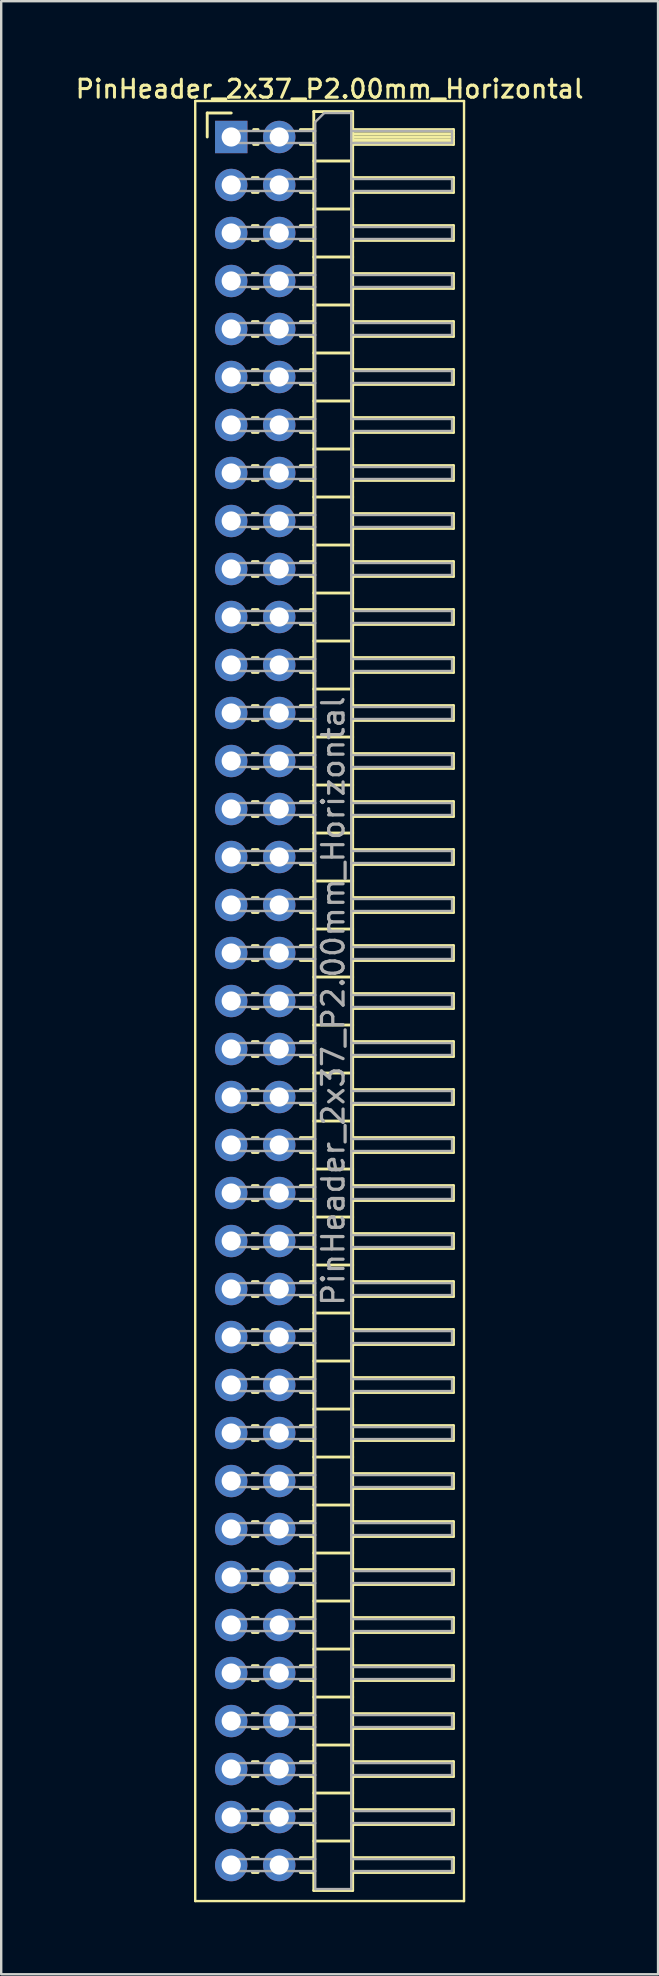
<source format=kicad_pcb>
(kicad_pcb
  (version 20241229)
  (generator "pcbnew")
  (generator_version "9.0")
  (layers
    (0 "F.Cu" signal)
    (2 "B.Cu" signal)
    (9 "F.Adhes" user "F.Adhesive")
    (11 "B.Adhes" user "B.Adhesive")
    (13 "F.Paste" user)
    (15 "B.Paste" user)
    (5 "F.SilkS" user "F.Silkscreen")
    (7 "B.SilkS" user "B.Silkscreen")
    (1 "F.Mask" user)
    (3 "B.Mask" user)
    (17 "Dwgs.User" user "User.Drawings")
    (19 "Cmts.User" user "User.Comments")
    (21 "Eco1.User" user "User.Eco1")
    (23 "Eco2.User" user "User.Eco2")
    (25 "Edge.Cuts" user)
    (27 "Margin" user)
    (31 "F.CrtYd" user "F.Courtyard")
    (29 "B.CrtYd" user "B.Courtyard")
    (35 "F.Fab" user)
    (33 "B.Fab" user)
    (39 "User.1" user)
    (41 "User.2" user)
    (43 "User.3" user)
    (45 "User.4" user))
  (footprint "PinHeader_2x37_P2.00mm_Horizontal"
    (layer "F.Cu")
    (at 6.584 2.658)
    (property "Reference" "PinHeader_2x37_P2.00mm_Horizontal" (at 4.1 -2 0) (layer "F.SilkS") (effects (font (size 0.75 0.75) (thickness 0.125))))
    (attr through_hole)
    (fp_line (start -1.5 -1.5) (end -1.5 73.5) (stroke (width 0.1) (type solid)) (layer "F.SilkS"))
    (fp_line (start -1.5 73.5) (end 9.7 73.5) (stroke (width 0.1) (type solid)) (layer "F.SilkS"))
    (fp_line (start -1 -1) (end 0 -1) (stroke (width 0.12) (type solid)) (layer "F.SilkS"))
    (fp_line (start -1 0) (end -1 -1) (stroke (width 0.12) (type solid)) (layer "F.SilkS"))
    (fp_line (start 0.882 1.69) (end 1.118 1.69) (stroke (width 0.12) (type solid)) (layer "F.SilkS"))
    (fp_line (start 0.882 2.31) (end 1.118 2.31) (stroke (width 0.12) (type solid)) (layer "F.SilkS"))
    (fp_line (start 0.882 3.69) (end 1.118 3.69) (stroke (width 0.12) (type solid)) (layer "F.SilkS"))
    (fp_line (start 0.882 4.31) (end 1.118 4.31) (stroke (width 0.12) (type solid)) (layer "F.SilkS"))
    (fp_line (start 0.882 5.69) (end 1.118 5.69) (stroke (width 0.12) (type solid)) (layer "F.SilkS"))
    (fp_line (start 0.882 6.31) (end 1.118 6.31) (stroke (width 0.12) (type solid)) (layer "F.SilkS"))
    (fp_line (start 0.882 7.69) (end 1.118 7.69) (stroke (width 0.12) (type solid)) (layer "F.SilkS"))
    (fp_line (start 0.882 8.31) (end 1.118 8.31) (stroke (width 0.12) (type solid)) (layer "F.SilkS"))
    (fp_line (start 0.882 9.69) (end 1.118 9.69) (stroke (width 0.12) (type solid)) (layer "F.SilkS"))
    (fp_line (start 0.882 10.31) (end 1.118 10.31) (stroke (width 0.12) (type solid)) (layer "F.SilkS"))
    (fp_line (start 0.882 11.69) (end 1.118 11.69) (stroke (width 0.12) (type solid)) (layer "F.SilkS"))
    (fp_line (start 0.882 12.31) (end 1.118 12.31) (stroke (width 0.12) (type solid)) (layer "F.SilkS"))
    (fp_line (start 0.882 13.69) (end 1.118 13.69) (stroke (width 0.12) (type solid)) (layer "F.SilkS"))
    (fp_line (start 0.882 14.31) (end 1.118 14.31) (stroke (width 0.12) (type solid)) (layer "F.SilkS"))
    (fp_line (start 0.882 15.69) (end 1.118 15.69) (stroke (width 0.12) (type solid)) (layer "F.SilkS"))
    (fp_line (start 0.882 16.31) (end 1.118 16.31) (stroke (width 0.12) (type solid)) (layer "F.SilkS"))
    (fp_line (start 0.882 17.69) (end 1.118 17.69) (stroke (width 0.12) (type solid)) (layer "F.SilkS"))
    (fp_line (start 0.882 18.31) (end 1.118 18.31) (stroke (width 0.12) (type solid)) (layer "F.SilkS"))
    (fp_line (start 0.882 19.69) (end 1.118 19.69) (stroke (width 0.12) (type solid)) (layer "F.SilkS"))
    (fp_line (start 0.882 20.31) (end 1.118 20.31) (stroke (width 0.12) (type solid)) (layer "F.SilkS"))
    (fp_line (start 0.882 21.69) (end 1.118 21.69) (stroke (width 0.12) (type solid)) (layer "F.SilkS"))
    (fp_line (start 0.882 22.31) (end 1.118 22.31) (stroke (width 0.12) (type solid)) (layer "F.SilkS"))
    (fp_line (start 0.882 23.69) (end 1.118 23.69) (stroke (width 0.12) (type solid)) (layer "F.SilkS"))
    (fp_line (start 0.882 24.31) (end 1.118 24.31) (stroke (width 0.12) (type solid)) (layer "F.SilkS"))
    (fp_line (start 0.882 25.69) (end 1.118 25.69) (stroke (width 0.12) (type solid)) (layer "F.SilkS"))
    (fp_line (start 0.882 26.31) (end 1.118 26.31) (stroke (width 0.12) (type solid)) (layer "F.SilkS"))
    (fp_line (start 0.882 27.69) (end 1.118 27.69) (stroke (width 0.12) (type solid)) (layer "F.SilkS"))
    (fp_line (start 0.882 28.31) (end 1.118 28.31) (stroke (width 0.12) (type solid)) (layer "F.SilkS"))
    (fp_line (start 0.882 29.69) (end 1.118 29.69) (stroke (width 0.12) (type solid)) (layer "F.SilkS"))
    (fp_line (start 0.882 30.31) (end 1.118 30.31) (stroke (width 0.12) (type solid)) (layer "F.SilkS"))
    (fp_line (start 0.882 31.69) (end 1.118 31.69) (stroke (width 0.12) (type solid)) (layer "F.SilkS"))
    (fp_line (start 0.882 32.31) (end 1.118 32.31) (stroke (width 0.12) (type solid)) (layer "F.SilkS"))
    (fp_line (start 0.882 33.69) (end 1.118 33.69) (stroke (width 0.12) (type solid)) (layer "F.SilkS"))
    (fp_line (start 0.882 34.31) (end 1.118 34.31) (stroke (width 0.12) (type solid)) (layer "F.SilkS"))
    (fp_line (start 0.882 35.69) (end 1.118 35.69) (stroke (width 0.12) (type solid)) (layer "F.SilkS"))
    (fp_line (start 0.882 36.31) (end 1.118 36.31) (stroke (width 0.12) (type solid)) (layer "F.SilkS"))
    (fp_line (start 0.882 37.69) (end 1.118 37.69) (stroke (width 0.12) (type solid)) (layer "F.SilkS"))
    (fp_line (start 0.882 38.31) (end 1.118 38.31) (stroke (width 0.12) (type solid)) (layer "F.SilkS"))
    (fp_line (start 0.882 39.69) (end 1.118 39.69) (stroke (width 0.12) (type solid)) (layer "F.SilkS"))
    (fp_line (start 0.882 40.31) (end 1.118 40.31) (stroke (width 0.12) (type solid)) (layer "F.SilkS"))
    (fp_line (start 0.882 41.69) (end 1.118 41.69) (stroke (width 0.12) (type solid)) (layer "F.SilkS"))
    (fp_line (start 0.882 42.31) (end 1.118 42.31) (stroke (width 0.12) (type solid)) (layer "F.SilkS"))
    (fp_line (start 0.882 43.69) (end 1.118 43.69) (stroke (width 0.12) (type solid)) (layer "F.SilkS"))
    (fp_line (start 0.882 44.31) (end 1.118 44.31) (stroke (width 0.12) (type solid)) (layer "F.SilkS"))
    (fp_line (start 0.882 45.69) (end 1.118 45.69) (stroke (width 0.12) (type solid)) (layer "F.SilkS"))
    (fp_line (start 0.882 46.31) (end 1.118 46.31) (stroke (width 0.12) (type solid)) (layer "F.SilkS"))
    (fp_line (start 0.882 47.69) (end 1.118 47.69) (stroke (width 0.12) (type solid)) (layer "F.SilkS"))
    (fp_line (start 0.882 48.31) (end 1.118 48.31) (stroke (width 0.12) (type solid)) (layer "F.SilkS"))
    (fp_line (start 0.882 49.69) (end 1.118 49.69) (stroke (width 0.12) (type solid)) (layer "F.SilkS"))
    (fp_line (start 0.882 50.31) (end 1.118 50.31) (stroke (width 0.12) (type solid)) (layer "F.SilkS"))
    (fp_line (start 0.882 51.69) (end 1.118 51.69) (stroke (width 0.12) (type solid)) (layer "F.SilkS"))
    (fp_line (start 0.882 52.31) (end 1.118 52.31) (stroke (width 0.12) (type solid)) (layer "F.SilkS"))
    (fp_line (start 0.882 53.69) (end 1.118 53.69) (stroke (width 0.12) (type solid)) (layer "F.SilkS"))
    (fp_line (start 0.882 54.31) (end 1.118 54.31) (stroke (width 0.12) (type solid)) (layer "F.SilkS"))
    (fp_line (start 0.882 55.69) (end 1.118 55.69) (stroke (width 0.12) (type solid)) (layer "F.SilkS"))
    (fp_line (start 0.882 56.31) (end 1.118 56.31) (stroke (width 0.12) (type solid)) (layer "F.SilkS"))
    (fp_line (start 0.882 57.69) (end 1.118 57.69) (stroke (width 0.12) (type solid)) (layer "F.SilkS"))
    (fp_line (start 0.882 58.31) (end 1.118 58.31) (stroke (width 0.12) (type solid)) (layer "F.SilkS"))
    (fp_line (start 0.882 59.69) (end 1.118 59.69) (stroke (width 0.12) (type solid)) (layer "F.SilkS"))
    (fp_line (start 0.882 60.31) (end 1.118 60.31) (stroke (width 0.12) (type solid)) (layer "F.SilkS"))
    (fp_line (start 0.882 61.69) (end 1.118 61.69) (stroke (width 0.12) (type solid)) (layer "F.SilkS"))
    (fp_line (start 0.882 62.31) (end 1.118 62.31) (stroke (width 0.12) (type solid)) (layer "F.SilkS"))
    (fp_line (start 0.882 63.69) (end 1.118 63.69) (stroke (width 0.12) (type solid)) (layer "F.SilkS"))
    (fp_line (start 0.882 64.31) (end 1.118 64.31) (stroke (width 0.12) (type solid)) (layer "F.SilkS"))
    (fp_line (start 0.882 65.69) (end 1.118 65.69) (stroke (width 0.12) (type solid)) (layer "F.SilkS"))
    (fp_line (start 0.882 66.31) (end 1.118 66.31) (stroke (width 0.12) (type solid)) (layer "F.SilkS"))
    (fp_line (start 0.882 67.69) (end 1.118 67.69) (stroke (width 0.12) (type solid)) (layer "F.SilkS"))
    (fp_line (start 0.882 68.31) (end 1.118 68.31) (stroke (width 0.12) (type solid)) (layer "F.SilkS"))
    (fp_line (start 0.882 69.69) (end 1.118 69.69) (stroke (width 0.12) (type solid)) (layer "F.SilkS"))
    (fp_line (start 0.882 70.31) (end 1.118 70.31) (stroke (width 0.12) (type solid)) (layer "F.SilkS"))
    (fp_line (start 0.882 71.69) (end 1.118 71.69) (stroke (width 0.12) (type solid)) (layer "F.SilkS"))
    (fp_line (start 0.882 72.31) (end 1.118 72.31) (stroke (width 0.12) (type solid)) (layer "F.SilkS"))
    (fp_line (start 0.935 -0.31) (end 1.118 -0.31) (stroke (width 0.12) (type solid)) (layer "F.SilkS"))
    (fp_line (start 0.935 0.31) (end 1.118 0.31) (stroke (width 0.12) (type solid)) (layer "F.SilkS"))
    (fp_line (start 2.882 -0.31) (end 3.44 -0.31) (stroke (width 0.12) (type solid)) (layer "F.SilkS"))
    (fp_line (start 2.882 0.31) (end 3.44 0.31) (stroke (width 0.12) (type solid)) (layer "F.SilkS"))
    (fp_line (start 2.882 1.69) (end 3.44 1.69) (stroke (width 0.12) (type solid)) (layer "F.SilkS"))
    (fp_line (start 2.882 2.31) (end 3.44 2.31) (stroke (width 0.12) (type solid)) (layer "F.SilkS"))
    (fp_line (start 2.882 3.69) (end 3.44 3.69) (stroke (width 0.12) (type solid)) (layer "F.SilkS"))
    (fp_line (start 2.882 4.31) (end 3.44 4.31) (stroke (width 0.12) (type solid)) (layer "F.SilkS"))
    (fp_line (start 2.882 5.69) (end 3.44 5.69) (stroke (width 0.12) (type solid)) (layer "F.SilkS"))
    (fp_line (start 2.882 6.31) (end 3.44 6.31) (stroke (width 0.12) (type solid)) (layer "F.SilkS"))
    (fp_line (start 2.882 7.69) (end 3.44 7.69) (stroke (width 0.12) (type solid)) (layer "F.SilkS"))
    (fp_line (start 2.882 8.31) (end 3.44 8.31) (stroke (width 0.12) (type solid)) (layer "F.SilkS"))
    (fp_line (start 2.882 9.69) (end 3.44 9.69) (stroke (width 0.12) (type solid)) (layer "F.SilkS"))
    (fp_line (start 2.882 10.31) (end 3.44 10.31) (stroke (width 0.12) (type solid)) (layer "F.SilkS"))
    (fp_line (start 2.882 11.69) (end 3.44 11.69) (stroke (width 0.12) (type solid)) (layer "F.SilkS"))
    (fp_line (start 2.882 12.31) (end 3.44 12.31) (stroke (width 0.12) (type solid)) (layer "F.SilkS"))
    (fp_line (start 2.882 13.69) (end 3.44 13.69) (stroke (width 0.12) (type solid)) (layer "F.SilkS"))
    (fp_line (start 2.882 14.31) (end 3.44 14.31) (stroke (width 0.12) (type solid)) (layer "F.SilkS"))
    (fp_line (start 2.882 15.69) (end 3.44 15.69) (stroke (width 0.12) (type solid)) (layer "F.SilkS"))
    (fp_line (start 2.882 16.31) (end 3.44 16.31) (stroke (width 0.12) (type solid)) (layer "F.SilkS"))
    (fp_line (start 2.882 17.69) (end 3.44 17.69) (stroke (width 0.12) (type solid)) (layer "F.SilkS"))
    (fp_line (start 2.882 18.31) (end 3.44 18.31) (stroke (width 0.12) (type solid)) (layer "F.SilkS"))
    (fp_line (start 2.882 19.69) (end 3.44 19.69) (stroke (width 0.12) (type solid)) (layer "F.SilkS"))
    (fp_line (start 2.882 20.31) (end 3.44 20.31) (stroke (width 0.12) (type solid)) (layer "F.SilkS"))
    (fp_line (start 2.882 21.69) (end 3.44 21.69) (stroke (width 0.12) (type solid)) (layer "F.SilkS"))
    (fp_line (start 2.882 22.31) (end 3.44 22.31) (stroke (width 0.12) (type solid)) (layer "F.SilkS"))
    (fp_line (start 2.882 23.69) (end 3.44 23.69) (stroke (width 0.12) (type solid)) (layer "F.SilkS"))
    (fp_line (start 2.882 24.31) (end 3.44 24.31) (stroke (width 0.12) (type solid)) (layer "F.SilkS"))
    (fp_line (start 2.882 25.69) (end 3.44 25.69) (stroke (width 0.12) (type solid)) (layer "F.SilkS"))
    (fp_line (start 2.882 26.31) (end 3.44 26.31) (stroke (width 0.12) (type solid)) (layer "F.SilkS"))
    (fp_line (start 2.882 27.69) (end 3.44 27.69) (stroke (width 0.12) (type solid)) (layer "F.SilkS"))
    (fp_line (start 2.882 28.31) (end 3.44 28.31) (stroke (width 0.12) (type solid)) (layer "F.SilkS"))
    (fp_line (start 2.882 29.69) (end 3.44 29.69) (stroke (width 0.12) (type solid)) (layer "F.SilkS"))
    (fp_line (start 2.882 30.31) (end 3.44 30.31) (stroke (width 0.12) (type solid)) (layer "F.SilkS"))
    (fp_line (start 2.882 31.69) (end 3.44 31.69) (stroke (width 0.12) (type solid)) (layer "F.SilkS"))
    (fp_line (start 2.882 32.31) (end 3.44 32.31) (stroke (width 0.12) (type solid)) (layer "F.SilkS"))
    (fp_line (start 2.882 33.69) (end 3.44 33.69) (stroke (width 0.12) (type solid)) (layer "F.SilkS"))
    (fp_line (start 2.882 34.31) (end 3.44 34.31) (stroke (width 0.12) (type solid)) (layer "F.SilkS"))
    (fp_line (start 2.882 35.69) (end 3.44 35.69) (stroke (width 0.12) (type solid)) (layer "F.SilkS"))
    (fp_line (start 2.882 36.31) (end 3.44 36.31) (stroke (width 0.12) (type solid)) (layer "F.SilkS"))
    (fp_line (start 2.882 37.69) (end 3.44 37.69) (stroke (width 0.12) (type solid)) (layer "F.SilkS"))
    (fp_line (start 2.882 38.31) (end 3.44 38.31) (stroke (width 0.12) (type solid)) (layer "F.SilkS"))
    (fp_line (start 2.882 39.69) (end 3.44 39.69) (stroke (width 0.12) (type solid)) (layer "F.SilkS"))
    (fp_line (start 2.882 40.31) (end 3.44 40.31) (stroke (width 0.12) (type solid)) (layer "F.SilkS"))
    (fp_line (start 2.882 41.69) (end 3.44 41.69) (stroke (width 0.12) (type solid)) (layer "F.SilkS"))
    (fp_line (start 2.882 42.31) (end 3.44 42.31) (stroke (width 0.12) (type solid)) (layer "F.SilkS"))
    (fp_line (start 2.882 43.69) (end 3.44 43.69) (stroke (width 0.12) (type solid)) (layer "F.SilkS"))
    (fp_line (start 2.882 44.31) (end 3.44 44.31) (stroke (width 0.12) (type solid)) (layer "F.SilkS"))
    (fp_line (start 2.882 45.69) (end 3.44 45.69) (stroke (width 0.12) (type solid)) (layer "F.SilkS"))
    (fp_line (start 2.882 46.31) (end 3.44 46.31) (stroke (width 0.12) (type solid)) (layer "F.SilkS"))
    (fp_line (start 2.882 47.69) (end 3.44 47.69) (stroke (width 0.12) (type solid)) (layer "F.SilkS"))
    (fp_line (start 2.882 48.31) (end 3.44 48.31) (stroke (width 0.12) (type solid)) (layer "F.SilkS"))
    (fp_line (start 2.882 49.69) (end 3.44 49.69) (stroke (width 0.12) (type solid)) (layer "F.SilkS"))
    (fp_line (start 2.882 50.31) (end 3.44 50.31) (stroke (width 0.12) (type solid)) (layer "F.SilkS"))
    (fp_line (start 2.882 51.69) (end 3.44 51.69) (stroke (width 0.12) (type solid)) (layer "F.SilkS"))
    (fp_line (start 2.882 52.31) (end 3.44 52.31) (stroke (width 0.12) (type solid)) (layer "F.SilkS"))
    (fp_line (start 2.882 53.69) (end 3.44 53.69) (stroke (width 0.12) (type solid)) (layer "F.SilkS"))
    (fp_line (start 2.882 54.31) (end 3.44 54.31) (stroke (width 0.12) (type solid)) (layer "F.SilkS"))
    (fp_line (start 2.882 55.69) (end 3.44 55.69) (stroke (width 0.12) (type solid)) (layer "F.SilkS"))
    (fp_line (start 2.882 56.31) (end 3.44 56.31) (stroke (width 0.12) (type solid)) (layer "F.SilkS"))
    (fp_line (start 2.882 57.69) (end 3.44 57.69) (stroke (width 0.12) (type solid)) (layer "F.SilkS"))
    (fp_line (start 2.882 58.31) (end 3.44 58.31) (stroke (width 0.12) (type solid)) (layer "F.SilkS"))
    (fp_line (start 2.882 59.69) (end 3.44 59.69) (stroke (width 0.12) (type solid)) (layer "F.SilkS"))
    (fp_line (start 2.882 60.31) (end 3.44 60.31) (stroke (width 0.12) (type solid)) (layer "F.SilkS"))
    (fp_line (start 2.882 61.69) (end 3.44 61.69) (stroke (width 0.12) (type solid)) (layer "F.SilkS"))
    (fp_line (start 2.882 62.31) (end 3.44 62.31) (stroke (width 0.12) (type solid)) (layer "F.SilkS"))
    (fp_line (start 2.882 63.69) (end 3.44 63.69) (stroke (width 0.12) (type solid)) (layer "F.SilkS"))
    (fp_line (start 2.882 64.31) (end 3.44 64.31) (stroke (width 0.12) (type solid)) (layer "F.SilkS"))
    (fp_line (start 2.882 65.69) (end 3.44 65.69) (stroke (width 0.12) (type solid)) (layer "F.SilkS"))
    (fp_line (start 2.882 66.31) (end 3.44 66.31) (stroke (width 0.12) (type solid)) (layer "F.SilkS"))
    (fp_line (start 2.882 67.69) (end 3.44 67.69) (stroke (width 0.12) (type solid)) (layer "F.SilkS"))
    (fp_line (start 2.882 68.31) (end 3.44 68.31) (stroke (width 0.12) (type solid)) (layer "F.SilkS"))
    (fp_line (start 2.882 69.69) (end 3.44 69.69) (stroke (width 0.12) (type solid)) (layer "F.SilkS"))
    (fp_line (start 2.882 70.31) (end 3.44 70.31) (stroke (width 0.12) (type solid)) (layer "F.SilkS"))
    (fp_line (start 2.882 71.69) (end 3.44 71.69) (stroke (width 0.12) (type solid)) (layer "F.SilkS"))
    (fp_line (start 2.882 72.31) (end 3.44 72.31) (stroke (width 0.12) (type solid)) (layer "F.SilkS"))
    (fp_line (start 3.44 -1.06) (end 3.44 73.06) (stroke (width 0.12) (type solid)) (layer "F.SilkS"))
    (fp_line (start 3.44 1) (end 5.06 1) (stroke (width 0.12) (type solid)) (layer "F.SilkS"))
    (fp_line (start 3.44 3) (end 5.06 3) (stroke (width 0.12) (type solid)) (layer "F.SilkS"))
    (fp_line (start 3.44 5) (end 5.06 5) (stroke (width 0.12) (type solid)) (layer "F.SilkS"))
    (fp_line (start 3.44 7) (end 5.06 7) (stroke (width 0.12) (type solid)) (layer "F.SilkS"))
    (fp_line (start 3.44 9) (end 5.06 9) (stroke (width 0.12) (type solid)) (layer "F.SilkS"))
    (fp_line (start 3.44 11) (end 5.06 11) (stroke (width 0.12) (type solid)) (layer "F.SilkS"))
    (fp_line (start 3.44 13) (end 5.06 13) (stroke (width 0.12) (type solid)) (layer "F.SilkS"))
    (fp_line (start 3.44 15) (end 5.06 15) (stroke (width 0.12) (type solid)) (layer "F.SilkS"))
    (fp_line (start 3.44 17) (end 5.06 17) (stroke (width 0.12) (type solid)) (layer "F.SilkS"))
    (fp_line (start 3.44 19) (end 5.06 19) (stroke (width 0.12) (type solid)) (layer "F.SilkS"))
    (fp_line (start 3.44 21) (end 5.06 21) (stroke (width 0.12) (type solid)) (layer "F.SilkS"))
    (fp_line (start 3.44 23) (end 5.06 23) (stroke (width 0.12) (type solid)) (layer "F.SilkS"))
    (fp_line (start 3.44 25) (end 5.06 25) (stroke (width 0.12) (type solid)) (layer "F.SilkS"))
    (fp_line (start 3.44 27) (end 5.06 27) (stroke (width 0.12) (type solid)) (layer "F.SilkS"))
    (fp_line (start 3.44 29) (end 5.06 29) (stroke (width 0.12) (type solid)) (layer "F.SilkS"))
    (fp_line (start 3.44 31) (end 5.06 31) (stroke (width 0.12) (type solid)) (layer "F.SilkS"))
    (fp_line (start 3.44 33) (end 5.06 33) (stroke (width 0.12) (type solid)) (layer "F.SilkS"))
    (fp_line (start 3.44 35) (end 5.06 35) (stroke (width 0.12) (type solid)) (layer "F.SilkS"))
    (fp_line (start 3.44 37) (end 5.06 37) (stroke (width 0.12) (type solid)) (layer "F.SilkS"))
    (fp_line (start 3.44 39) (end 5.06 39) (stroke (width 0.12) (type solid)) (layer "F.SilkS"))
    (fp_line (start 3.44 41) (end 5.06 41) (stroke (width 0.12) (type solid)) (layer "F.SilkS"))
    (fp_line (start 3.44 43) (end 5.06 43) (stroke (width 0.12) (type solid)) (layer "F.SilkS"))
    (fp_line (start 3.44 45) (end 5.06 45) (stroke (width 0.12) (type solid)) (layer "F.SilkS"))
    (fp_line (start 3.44 47) (end 5.06 47) (stroke (width 0.12) (type solid)) (layer "F.SilkS"))
    (fp_line (start 3.44 49) (end 5.06 49) (stroke (width 0.12) (type solid)) (layer "F.SilkS"))
    (fp_line (start 3.44 51) (end 5.06 51) (stroke (width 0.12) (type solid)) (layer "F.SilkS"))
    (fp_line (start 3.44 53) (end 5.06 53) (stroke (width 0.12) (type solid)) (layer "F.SilkS"))
    (fp_line (start 3.44 55) (end 5.06 55) (stroke (width 0.12) (type solid)) (layer "F.SilkS"))
    (fp_line (start 3.44 57) (end 5.06 57) (stroke (width 0.12) (type solid)) (layer "F.SilkS"))
    (fp_line (start 3.44 59) (end 5.06 59) (stroke (width 0.12) (type solid)) (layer "F.SilkS"))
    (fp_line (start 3.44 61) (end 5.06 61) (stroke (width 0.12) (type solid)) (layer "F.SilkS"))
    (fp_line (start 3.44 63) (end 5.06 63) (stroke (width 0.12) (type solid)) (layer "F.SilkS"))
    (fp_line (start 3.44 65) (end 5.06 65) (stroke (width 0.12) (type solid)) (layer "F.SilkS"))
    (fp_line (start 3.44 67) (end 5.06 67) (stroke (width 0.12) (type solid)) (layer "F.SilkS"))
    (fp_line (start 3.44 69) (end 5.06 69) (stroke (width 0.12) (type solid)) (layer "F.SilkS"))
    (fp_line (start 3.44 71) (end 5.06 71) (stroke (width 0.12) (type solid)) (layer "F.SilkS"))
    (fp_line (start 3.44 73.06) (end 5.06 73.06) (stroke (width 0.12) (type solid)) (layer "F.SilkS"))
    (fp_line (start 5.06 -1.06) (end 3.44 -1.06) (stroke (width 0.12) (type solid)) (layer "F.SilkS"))
    (fp_line (start 5.06 -0.31) (end 9.26 -0.31) (stroke (width 0.12) (type solid)) (layer "F.SilkS"))
    (fp_line (start 5.06 -0.25) (end 9.26 -0.25) (stroke (width 0.12) (type solid)) (layer "F.SilkS"))
    (fp_line (start 5.06 -0.13) (end 9.26 -0.13) (stroke (width 0.12) (type solid)) (layer "F.SilkS"))
    (fp_line (start 5.06 -0.01) (end 9.26 -0.01) (stroke (width 0.12) (type solid)) (layer "F.SilkS"))
    (fp_line (start 5.06 0.11) (end 9.26 0.11) (stroke (width 0.12) (type solid)) (layer "F.SilkS"))
    (fp_line (start 5.06 0.23) (end 9.26 0.23) (stroke (width 0.12) (type solid)) (layer "F.SilkS"))
    (fp_line (start 5.06 1.69) (end 9.26 1.69) (stroke (width 0.12) (type solid)) (layer "F.SilkS"))
    (fp_line (start 5.06 3.69) (end 9.26 3.69) (stroke (width 0.12) (type solid)) (layer "F.SilkS"))
    (fp_line (start 5.06 5.69) (end 9.26 5.69) (stroke (width 0.12) (type solid)) (layer "F.SilkS"))
    (fp_line (start 5.06 7.69) (end 9.26 7.69) (stroke (width 0.12) (type solid)) (layer "F.SilkS"))
    (fp_line (start 5.06 9.69) (end 9.26 9.69) (stroke (width 0.12) (type solid)) (layer "F.SilkS"))
    (fp_line (start 5.06 11.69) (end 9.26 11.69) (stroke (width 0.12) (type solid)) (layer "F.SilkS"))
    (fp_line (start 5.06 13.69) (end 9.26 13.69) (stroke (width 0.12) (type solid)) (layer "F.SilkS"))
    (fp_line (start 5.06 15.69) (end 9.26 15.69) (stroke (width 0.12) (type solid)) (layer "F.SilkS"))
    (fp_line (start 5.06 17.69) (end 9.26 17.69) (stroke (width 0.12) (type solid)) (layer "F.SilkS"))
    (fp_line (start 5.06 19.69) (end 9.26 19.69) (stroke (width 0.12) (type solid)) (layer "F.SilkS"))
    (fp_line (start 5.06 21.69) (end 9.26 21.69) (stroke (width 0.12) (type solid)) (layer "F.SilkS"))
    (fp_line (start 5.06 23.69) (end 9.26 23.69) (stroke (width 0.12) (type solid)) (layer "F.SilkS"))
    (fp_line (start 5.06 25.69) (end 9.26 25.69) (stroke (width 0.12) (type solid)) (layer "F.SilkS"))
    (fp_line (start 5.06 27.69) (end 9.26 27.69) (stroke (width 0.12) (type solid)) (layer "F.SilkS"))
    (fp_line (start 5.06 29.69) (end 9.26 29.69) (stroke (width 0.12) (type solid)) (layer "F.SilkS"))
    (fp_line (start 5.06 31.69) (end 9.26 31.69) (stroke (width 0.12) (type solid)) (layer "F.SilkS"))
    (fp_line (start 5.06 33.69) (end 9.26 33.69) (stroke (width 0.12) (type solid)) (layer "F.SilkS"))
    (fp_line (start 5.06 35.69) (end 9.26 35.69) (stroke (width 0.12) (type solid)) (layer "F.SilkS"))
    (fp_line (start 5.06 37.69) (end 9.26 37.69) (stroke (width 0.12) (type solid)) (layer "F.SilkS"))
    (fp_line (start 5.06 39.69) (end 9.26 39.69) (stroke (width 0.12) (type solid)) (layer "F.SilkS"))
    (fp_line (start 5.06 41.69) (end 9.26 41.69) (stroke (width 0.12) (type solid)) (layer "F.SilkS"))
    (fp_line (start 5.06 43.69) (end 9.26 43.69) (stroke (width 0.12) (type solid)) (layer "F.SilkS"))
    (fp_line (start 5.06 45.69) (end 9.26 45.69) (stroke (width 0.12) (type solid)) (layer "F.SilkS"))
    (fp_line (start 5.06 47.69) (end 9.26 47.69) (stroke (width 0.12) (type solid)) (layer "F.SilkS"))
    (fp_line (start 5.06 49.69) (end 9.26 49.69) (stroke (width 0.12) (type solid)) (layer "F.SilkS"))
    (fp_line (start 5.06 51.69) (end 9.26 51.69) (stroke (width 0.12) (type solid)) (layer "F.SilkS"))
    (fp_line (start 5.06 53.69) (end 9.26 53.69) (stroke (width 0.12) (type solid)) (layer "F.SilkS"))
    (fp_line (start 5.06 55.69) (end 9.26 55.69) (stroke (width 0.12) (type solid)) (layer "F.SilkS"))
    (fp_line (start 5.06 57.69) (end 9.26 57.69) (stroke (width 0.12) (type solid)) (layer "F.SilkS"))
    (fp_line (start 5.06 59.69) (end 9.26 59.69) (stroke (width 0.12) (type solid)) (layer "F.SilkS"))
    (fp_line (start 5.06 61.69) (end 9.26 61.69) (stroke (width 0.12) (type solid)) (layer "F.SilkS"))
    (fp_line (start 5.06 63.69) (end 9.26 63.69) (stroke (width 0.12) (type solid)) (layer "F.SilkS"))
    (fp_line (start 5.06 65.69) (end 9.26 65.69) (stroke (width 0.12) (type solid)) (layer "F.SilkS"))
    (fp_line (start 5.06 67.69) (end 9.26 67.69) (stroke (width 0.12) (type solid)) (layer "F.SilkS"))
    (fp_line (start 5.06 69.69) (end 9.26 69.69) (stroke (width 0.12) (type solid)) (layer "F.SilkS"))
    (fp_line (start 5.06 71.69) (end 9.26 71.69) (stroke (width 0.12) (type solid)) (layer "F.SilkS"))
    (fp_line (start 5.06 73.06) (end 5.06 -1.06) (stroke (width 0.12) (type solid)) (layer "F.SilkS"))
    (fp_line (start 9.26 -0.31) (end 9.26 0.31) (stroke (width 0.12) (type solid)) (layer "F.SilkS"))
    (fp_line (start 9.26 0.31) (end 5.06 0.31) (stroke (width 0.12) (type solid)) (layer "F.SilkS"))
    (fp_line (start 9.26 1.69) (end 9.26 2.31) (stroke (width 0.12) (type solid)) (layer "F.SilkS"))
    (fp_line (start 9.26 2.31) (end 5.06 2.31) (stroke (width 0.12) (type solid)) (layer "F.SilkS"))
    (fp_line (start 9.26 3.69) (end 9.26 4.31) (stroke (width 0.12) (type solid)) (layer "F.SilkS"))
    (fp_line (start 9.26 4.31) (end 5.06 4.31) (stroke (width 0.12) (type solid)) (layer "F.SilkS"))
    (fp_line (start 9.26 5.69) (end 9.26 6.31) (stroke (width 0.12) (type solid)) (layer "F.SilkS"))
    (fp_line (start 9.26 6.31) (end 5.06 6.31) (stroke (width 0.12) (type solid)) (layer "F.SilkS"))
    (fp_line (start 9.26 7.69) (end 9.26 8.31) (stroke (width 0.12) (type solid)) (layer "F.SilkS"))
    (fp_line (start 9.26 8.31) (end 5.06 8.31) (stroke (width 0.12) (type solid)) (layer "F.SilkS"))
    (fp_line (start 9.26 9.69) (end 9.26 10.31) (stroke (width 0.12) (type solid)) (layer "F.SilkS"))
    (fp_line (start 9.26 10.31) (end 5.06 10.31) (stroke (width 0.12) (type solid)) (layer "F.SilkS"))
    (fp_line (start 9.26 11.69) (end 9.26 12.31) (stroke (width 0.12) (type solid)) (layer "F.SilkS"))
    (fp_line (start 9.26 12.31) (end 5.06 12.31) (stroke (width 0.12) (type solid)) (layer "F.SilkS"))
    (fp_line (start 9.26 13.69) (end 9.26 14.31) (stroke (width 0.12) (type solid)) (layer "F.SilkS"))
    (fp_line (start 9.26 14.31) (end 5.06 14.31) (stroke (width 0.12) (type solid)) (layer "F.SilkS"))
    (fp_line (start 9.26 15.69) (end 9.26 16.31) (stroke (width 0.12) (type solid)) (layer "F.SilkS"))
    (fp_line (start 9.26 16.31) (end 5.06 16.31) (stroke (width 0.12) (type solid)) (layer "F.SilkS"))
    (fp_line (start 9.26 17.69) (end 9.26 18.31) (stroke (width 0.12) (type solid)) (layer "F.SilkS"))
    (fp_line (start 9.26 18.31) (end 5.06 18.31) (stroke (width 0.12) (type solid)) (layer "F.SilkS"))
    (fp_line (start 9.26 19.69) (end 9.26 20.31) (stroke (width 0.12) (type solid)) (layer "F.SilkS"))
    (fp_line (start 9.26 20.31) (end 5.06 20.31) (stroke (width 0.12) (type solid)) (layer "F.SilkS"))
    (fp_line (start 9.26 21.69) (end 9.26 22.31) (stroke (width 0.12) (type solid)) (layer "F.SilkS"))
    (fp_line (start 9.26 22.31) (end 5.06 22.31) (stroke (width 0.12) (type solid)) (layer "F.SilkS"))
    (fp_line (start 9.26 23.69) (end 9.26 24.31) (stroke (width 0.12) (type solid)) (layer "F.SilkS"))
    (fp_line (start 9.26 24.31) (end 5.06 24.31) (stroke (width 0.12) (type solid)) (layer "F.SilkS"))
    (fp_line (start 9.26 25.69) (end 9.26 26.31) (stroke (width 0.12) (type solid)) (layer "F.SilkS"))
    (fp_line (start 9.26 26.31) (end 5.06 26.31) (stroke (width 0.12) (type solid)) (layer "F.SilkS"))
    (fp_line (start 9.26 27.69) (end 9.26 28.31) (stroke (width 0.12) (type solid)) (layer "F.SilkS"))
    (fp_line (start 9.26 28.31) (end 5.06 28.31) (stroke (width 0.12) (type solid)) (layer "F.SilkS"))
    (fp_line (start 9.26 29.69) (end 9.26 30.31) (stroke (width 0.12) (type solid)) (layer "F.SilkS"))
    (fp_line (start 9.26 30.31) (end 5.06 30.31) (stroke (width 0.12) (type solid)) (layer "F.SilkS"))
    (fp_line (start 9.26 31.69) (end 9.26 32.31) (stroke (width 0.12) (type solid)) (layer "F.SilkS"))
    (fp_line (start 9.26 32.31) (end 5.06 32.31) (stroke (width 0.12) (type solid)) (layer "F.SilkS"))
    (fp_line (start 9.26 33.69) (end 9.26 34.31) (stroke (width 0.12) (type solid)) (layer "F.SilkS"))
    (fp_line (start 9.26 34.31) (end 5.06 34.31) (stroke (width 0.12) (type solid)) (layer "F.SilkS"))
    (fp_line (start 9.26 35.69) (end 9.26 36.31) (stroke (width 0.12) (type solid)) (layer "F.SilkS"))
    (fp_line (start 9.26 36.31) (end 5.06 36.31) (stroke (width 0.12) (type solid)) (layer "F.SilkS"))
    (fp_line (start 9.26 37.69) (end 9.26 38.31) (stroke (width 0.12) (type solid)) (layer "F.SilkS"))
    (fp_line (start 9.26 38.31) (end 5.06 38.31) (stroke (width 0.12) (type solid)) (layer "F.SilkS"))
    (fp_line (start 9.26 39.69) (end 9.26 40.31) (stroke (width 0.12) (type solid)) (layer "F.SilkS"))
    (fp_line (start 9.26 40.31) (end 5.06 40.31) (stroke (width 0.12) (type solid)) (layer "F.SilkS"))
    (fp_line (start 9.26 41.69) (end 9.26 42.31) (stroke (width 0.12) (type solid)) (layer "F.SilkS"))
    (fp_line (start 9.26 42.31) (end 5.06 42.31) (stroke (width 0.12) (type solid)) (layer "F.SilkS"))
    (fp_line (start 9.26 43.69) (end 9.26 44.31) (stroke (width 0.12) (type solid)) (layer "F.SilkS"))
    (fp_line (start 9.26 44.31) (end 5.06 44.31) (stroke (width 0.12) (type solid)) (layer "F.SilkS"))
    (fp_line (start 9.26 45.69) (end 9.26 46.31) (stroke (width 0.12) (type solid)) (layer "F.SilkS"))
    (fp_line (start 9.26 46.31) (end 5.06 46.31) (stroke (width 0.12) (type solid)) (layer "F.SilkS"))
    (fp_line (start 9.26 47.69) (end 9.26 48.31) (stroke (width 0.12) (type solid)) (layer "F.SilkS"))
    (fp_line (start 9.26 48.31) (end 5.06 48.31) (stroke (width 0.12) (type solid)) (layer "F.SilkS"))
    (fp_line (start 9.26 49.69) (end 9.26 50.31) (stroke (width 0.12) (type solid)) (layer "F.SilkS"))
    (fp_line (start 9.26 50.31) (end 5.06 50.31) (stroke (width 0.12) (type solid)) (layer "F.SilkS"))
    (fp_line (start 9.26 51.69) (end 9.26 52.31) (stroke (width 0.12) (type solid)) (layer "F.SilkS"))
    (fp_line (start 9.26 52.31) (end 5.06 52.31) (stroke (width 0.12) (type solid)) (layer "F.SilkS"))
    (fp_line (start 9.26 53.69) (end 9.26 54.31) (stroke (width 0.12) (type solid)) (layer "F.SilkS"))
    (fp_line (start 9.26 54.31) (end 5.06 54.31) (stroke (width 0.12) (type solid)) (layer "F.SilkS"))
    (fp_line (start 9.26 55.69) (end 9.26 56.31) (stroke (width 0.12) (type solid)) (layer "F.SilkS"))
    (fp_line (start 9.26 56.31) (end 5.06 56.31) (stroke (width 0.12) (type solid)) (layer "F.SilkS"))
    (fp_line (start 9.26 57.69) (end 9.26 58.31) (stroke (width 0.12) (type solid)) (layer "F.SilkS"))
    (fp_line (start 9.26 58.31) (end 5.06 58.31) (stroke (width 0.12) (type solid)) (layer "F.SilkS"))
    (fp_line (start 9.26 59.69) (end 9.26 60.31) (stroke (width 0.12) (type solid)) (layer "F.SilkS"))
    (fp_line (start 9.26 60.31) (end 5.06 60.31) (stroke (width 0.12) (type solid)) (layer "F.SilkS"))
    (fp_line (start 9.26 61.69) (end 9.26 62.31) (stroke (width 0.12) (type solid)) (layer "F.SilkS"))
    (fp_line (start 9.26 62.31) (end 5.06 62.31) (stroke (width 0.12) (type solid)) (layer "F.SilkS"))
    (fp_line (start 9.26 63.69) (end 9.26 64.31) (stroke (width 0.12) (type solid)) (layer "F.SilkS"))
    (fp_line (start 9.26 64.31) (end 5.06 64.31) (stroke (width 0.12) (type solid)) (layer "F.SilkS"))
    (fp_line (start 9.26 65.69) (end 9.26 66.31) (stroke (width 0.12) (type solid)) (layer "F.SilkS"))
    (fp_line (start 9.26 66.31) (end 5.06 66.31) (stroke (width 0.12) (type solid)) (layer "F.SilkS"))
    (fp_line (start 9.26 67.69) (end 9.26 68.31) (stroke (width 0.12) (type solid)) (layer "F.SilkS"))
    (fp_line (start 9.26 68.31) (end 5.06 68.31) (stroke (width 0.12) (type solid)) (layer "F.SilkS"))
    (fp_line (start 9.26 69.69) (end 9.26 70.31) (stroke (width 0.12) (type solid)) (layer "F.SilkS"))
    (fp_line (start 9.26 70.31) (end 5.06 70.31) (stroke (width 0.12) (type solid)) (layer "F.SilkS"))
    (fp_line (start 9.26 71.69) (end 9.26 72.31) (stroke (width 0.12) (type solid)) (layer "F.SilkS"))
    (fp_line (start 9.26 72.31) (end 5.06 72.31) (stroke (width 0.12) (type solid)) (layer "F.SilkS"))
    (fp_line (start 9.7 -1.5) (end -1.5 -1.5) (stroke (width 0.1) (type solid)) (layer "F.SilkS"))
    (fp_line (start 9.7 73.5) (end 9.7 -1.5) (stroke (width 0.1) (type solid)) (layer "F.SilkS"))
    (fp_line (start -0.25 -0.25) (end -0.25 0.25) (stroke (width 0.1) (type solid)) (layer "F.Fab"))
    (fp_line (start -0.25 -0.25) (end 3.5 -0.25) (stroke (width 0.1) (type solid)) (layer "F.Fab"))
    (fp_line (start -0.25 0.25) (end 3.5 0.25) (stroke (width 0.1) (type solid)) (layer "F.Fab"))
    (fp_line (start -0.25 1.75) (end -0.25 2.25) (stroke (width 0.1) (type solid)) (layer "F.Fab"))
    (fp_line (start -0.25 1.75) (end 3.5 1.75) (stroke (width 0.1) (type solid)) (layer "F.Fab"))
    (fp_line (start -0.25 2.25) (end 3.5 2.25) (stroke (width 0.1) (type solid)) (layer "F.Fab"))
    (fp_line (start -0.25 3.75) (end -0.25 4.25) (stroke (width 0.1) (type solid)) (layer "F.Fab"))
    (fp_line (start -0.25 3.75) (end 3.5 3.75) (stroke (width 0.1) (type solid)) (layer "F.Fab"))
    (fp_line (start -0.25 4.25) (end 3.5 4.25) (stroke (width 0.1) (type solid)) (layer "F.Fab"))
    (fp_line (start -0.25 5.75) (end -0.25 6.25) (stroke (width 0.1) (type solid)) (layer "F.Fab"))
    (fp_line (start -0.25 5.75) (end 3.5 5.75) (stroke (width 0.1) (type solid)) (layer "F.Fab"))
    (fp_line (start -0.25 6.25) (end 3.5 6.25) (stroke (width 0.1) (type solid)) (layer "F.Fab"))
    (fp_line (start -0.25 7.75) (end -0.25 8.25) (stroke (width 0.1) (type solid)) (layer "F.Fab"))
    (fp_line (start -0.25 7.75) (end 3.5 7.75) (stroke (width 0.1) (type solid)) (layer "F.Fab"))
    (fp_line (start -0.25 8.25) (end 3.5 8.25) (stroke (width 0.1) (type solid)) (layer "F.Fab"))
    (fp_line (start -0.25 9.75) (end -0.25 10.25) (stroke (width 0.1) (type solid)) (layer "F.Fab"))
    (fp_line (start -0.25 9.75) (end 3.5 9.75) (stroke (width 0.1) (type solid)) (layer "F.Fab"))
    (fp_line (start -0.25 10.25) (end 3.5 10.25) (stroke (width 0.1) (type solid)) (layer "F.Fab"))
    (fp_line (start -0.25 11.75) (end -0.25 12.25) (stroke (width 0.1) (type solid)) (layer "F.Fab"))
    (fp_line (start -0.25 11.75) (end 3.5 11.75) (stroke (width 0.1) (type solid)) (layer "F.Fab"))
    (fp_line (start -0.25 12.25) (end 3.5 12.25) (stroke (width 0.1) (type solid)) (layer "F.Fab"))
    (fp_line (start -0.25 13.75) (end -0.25 14.25) (stroke (width 0.1) (type solid)) (layer "F.Fab"))
    (fp_line (start -0.25 13.75) (end 3.5 13.75) (stroke (width 0.1) (type solid)) (layer "F.Fab"))
    (fp_line (start -0.25 14.25) (end 3.5 14.25) (stroke (width 0.1) (type solid)) (layer "F.Fab"))
    (fp_line (start -0.25 15.75) (end -0.25 16.25) (stroke (width 0.1) (type solid)) (layer "F.Fab"))
    (fp_line (start -0.25 15.75) (end 3.5 15.75) (stroke (width 0.1) (type solid)) (layer "F.Fab"))
    (fp_line (start -0.25 16.25) (end 3.5 16.25) (stroke (width 0.1) (type solid)) (layer "F.Fab"))
    (fp_line (start -0.25 17.75) (end -0.25 18.25) (stroke (width 0.1) (type solid)) (layer "F.Fab"))
    (fp_line (start -0.25 17.75) (end 3.5 17.75) (stroke (width 0.1) (type solid)) (layer "F.Fab"))
    (fp_line (start -0.25 18.25) (end 3.5 18.25) (stroke (width 0.1) (type solid)) (layer "F.Fab"))
    (fp_line (start -0.25 19.75) (end -0.25 20.25) (stroke (width 0.1) (type solid)) (layer "F.Fab"))
    (fp_line (start -0.25 19.75) (end 3.5 19.75) (stroke (width 0.1) (type solid)) (layer "F.Fab"))
    (fp_line (start -0.25 20.25) (end 3.5 20.25) (stroke (width 0.1) (type solid)) (layer "F.Fab"))
    (fp_line (start -0.25 21.75) (end -0.25 22.25) (stroke (width 0.1) (type solid)) (layer "F.Fab"))
    (fp_line (start -0.25 21.75) (end 3.5 21.75) (stroke (width 0.1) (type solid)) (layer "F.Fab"))
    (fp_line (start -0.25 22.25) (end 3.5 22.25) (stroke (width 0.1) (type solid)) (layer "F.Fab"))
    (fp_line (start -0.25 23.75) (end -0.25 24.25) (stroke (width 0.1) (type solid)) (layer "F.Fab"))
    (fp_line (start -0.25 23.75) (end 3.5 23.75) (stroke (width 0.1) (type solid)) (layer "F.Fab"))
    (fp_line (start -0.25 24.25) (end 3.5 24.25) (stroke (width 0.1) (type solid)) (layer "F.Fab"))
    (fp_line (start -0.25 25.75) (end -0.25 26.25) (stroke (width 0.1) (type solid)) (layer "F.Fab"))
    (fp_line (start -0.25 25.75) (end 3.5 25.75) (stroke (width 0.1) (type solid)) (layer "F.Fab"))
    (fp_line (start -0.25 26.25) (end 3.5 26.25) (stroke (width 0.1) (type solid)) (layer "F.Fab"))
    (fp_line (start -0.25 27.75) (end -0.25 28.25) (stroke (width 0.1) (type solid)) (layer "F.Fab"))
    (fp_line (start -0.25 27.75) (end 3.5 27.75) (stroke (width 0.1) (type solid)) (layer "F.Fab"))
    (fp_line (start -0.25 28.25) (end 3.5 28.25) (stroke (width 0.1) (type solid)) (layer "F.Fab"))
    (fp_line (start -0.25 29.75) (end -0.25 30.25) (stroke (width 0.1) (type solid)) (layer "F.Fab"))
    (fp_line (start -0.25 29.75) (end 3.5 29.75) (stroke (width 0.1) (type solid)) (layer "F.Fab"))
    (fp_line (start -0.25 30.25) (end 3.5 30.25) (stroke (width 0.1) (type solid)) (layer "F.Fab"))
    (fp_line (start -0.25 31.75) (end -0.25 32.25) (stroke (width 0.1) (type solid)) (layer "F.Fab"))
    (fp_line (start -0.25 31.75) (end 3.5 31.75) (stroke (width 0.1) (type solid)) (layer "F.Fab"))
    (fp_line (start -0.25 32.25) (end 3.5 32.25) (stroke (width 0.1) (type solid)) (layer "F.Fab"))
    (fp_line (start -0.25 33.75) (end -0.25 34.25) (stroke (width 0.1) (type solid)) (layer "F.Fab"))
    (fp_line (start -0.25 33.75) (end 3.5 33.75) (stroke (width 0.1) (type solid)) (layer "F.Fab"))
    (fp_line (start -0.25 34.25) (end 3.5 34.25) (stroke (width 0.1) (type solid)) (layer "F.Fab"))
    (fp_line (start -0.25 35.75) (end -0.25 36.25) (stroke (width 0.1) (type solid)) (layer "F.Fab"))
    (fp_line (start -0.25 35.75) (end 3.5 35.75) (stroke (width 0.1) (type solid)) (layer "F.Fab"))
    (fp_line (start -0.25 36.25) (end 3.5 36.25) (stroke (width 0.1) (type solid)) (layer "F.Fab"))
    (fp_line (start -0.25 37.75) (end -0.25 38.25) (stroke (width 0.1) (type solid)) (layer "F.Fab"))
    (fp_line (start -0.25 37.75) (end 3.5 37.75) (stroke (width 0.1) (type solid)) (layer "F.Fab"))
    (fp_line (start -0.25 38.25) (end 3.5 38.25) (stroke (width 0.1) (type solid)) (layer "F.Fab"))
    (fp_line (start -0.25 39.75) (end -0.25 40.25) (stroke (width 0.1) (type solid)) (layer "F.Fab"))
    (fp_line (start -0.25 39.75) (end 3.5 39.75) (stroke (width 0.1) (type solid)) (layer "F.Fab"))
    (fp_line (start -0.25 40.25) (end 3.5 40.25) (stroke (width 0.1) (type solid)) (layer "F.Fab"))
    (fp_line (start -0.25 41.75) (end -0.25 42.25) (stroke (width 0.1) (type solid)) (layer "F.Fab"))
    (fp_line (start -0.25 41.75) (end 3.5 41.75) (stroke (width 0.1) (type solid)) (layer "F.Fab"))
    (fp_line (start -0.25 42.25) (end 3.5 42.25) (stroke (width 0.1) (type solid)) (layer "F.Fab"))
    (fp_line (start -0.25 43.75) (end -0.25 44.25) (stroke (width 0.1) (type solid)) (layer "F.Fab"))
    (fp_line (start -0.25 43.75) (end 3.5 43.75) (stroke (width 0.1) (type solid)) (layer "F.Fab"))
    (fp_line (start -0.25 44.25) (end 3.5 44.25) (stroke (width 0.1) (type solid)) (layer "F.Fab"))
    (fp_line (start -0.25 45.75) (end -0.25 46.25) (stroke (width 0.1) (type solid)) (layer "F.Fab"))
    (fp_line (start -0.25 45.75) (end 3.5 45.75) (stroke (width 0.1) (type solid)) (layer "F.Fab"))
    (fp_line (start -0.25 46.25) (end 3.5 46.25) (stroke (width 0.1) (type solid)) (layer "F.Fab"))
    (fp_line (start -0.25 47.75) (end -0.25 48.25) (stroke (width 0.1) (type solid)) (layer "F.Fab"))
    (fp_line (start -0.25 47.75) (end 3.5 47.75) (stroke (width 0.1) (type solid)) (layer "F.Fab"))
    (fp_line (start -0.25 48.25) (end 3.5 48.25) (stroke (width 0.1) (type solid)) (layer "F.Fab"))
    (fp_line (start -0.25 49.75) (end -0.25 50.25) (stroke (width 0.1) (type solid)) (layer "F.Fab"))
    (fp_line (start -0.25 49.75) (end 3.5 49.75) (stroke (width 0.1) (type solid)) (layer "F.Fab"))
    (fp_line (start -0.25 50.25) (end 3.5 50.25) (stroke (width 0.1) (type solid)) (layer "F.Fab"))
    (fp_line (start -0.25 51.75) (end -0.25 52.25) (stroke (width 0.1) (type solid)) (layer "F.Fab"))
    (fp_line (start -0.25 51.75) (end 3.5 51.75) (stroke (width 0.1) (type solid)) (layer "F.Fab"))
    (fp_line (start -0.25 52.25) (end 3.5 52.25) (stroke (width 0.1) (type solid)) (layer "F.Fab"))
    (fp_line (start -0.25 53.75) (end -0.25 54.25) (stroke (width 0.1) (type solid)) (layer "F.Fab"))
    (fp_line (start -0.25 53.75) (end 3.5 53.75) (stroke (width 0.1) (type solid)) (layer "F.Fab"))
    (fp_line (start -0.25 54.25) (end 3.5 54.25) (stroke (width 0.1) (type solid)) (layer "F.Fab"))
    (fp_line (start -0.25 55.75) (end -0.25 56.25) (stroke (width 0.1) (type solid)) (layer "F.Fab"))
    (fp_line (start -0.25 55.75) (end 3.5 55.75) (stroke (width 0.1) (type solid)) (layer "F.Fab"))
    (fp_line (start -0.25 56.25) (end 3.5 56.25) (stroke (width 0.1) (type solid)) (layer "F.Fab"))
    (fp_line (start -0.25 57.75) (end -0.25 58.25) (stroke (width 0.1) (type solid)) (layer "F.Fab"))
    (fp_line (start -0.25 57.75) (end 3.5 57.75) (stroke (width 0.1) (type solid)) (layer "F.Fab"))
    (fp_line (start -0.25 58.25) (end 3.5 58.25) (stroke (width 0.1) (type solid)) (layer "F.Fab"))
    (fp_line (start -0.25 59.75) (end -0.25 60.25) (stroke (width 0.1) (type solid)) (layer "F.Fab"))
    (fp_line (start -0.25 59.75) (end 3.5 59.75) (stroke (width 0.1) (type solid)) (layer "F.Fab"))
    (fp_line (start -0.25 60.25) (end 3.5 60.25) (stroke (width 0.1) (type solid)) (layer "F.Fab"))
    (fp_line (start -0.25 61.75) (end -0.25 62.25) (stroke (width 0.1) (type solid)) (layer "F.Fab"))
    (fp_line (start -0.25 61.75) (end 3.5 61.75) (stroke (width 0.1) (type solid)) (layer "F.Fab"))
    (fp_line (start -0.25 62.25) (end 3.5 62.25) (stroke (width 0.1) (type solid)) (layer "F.Fab"))
    (fp_line (start -0.25 63.75) (end -0.25 64.25) (stroke (width 0.1) (type solid)) (layer "F.Fab"))
    (fp_line (start -0.25 63.75) (end 3.5 63.75) (stroke (width 0.1) (type solid)) (layer "F.Fab"))
    (fp_line (start -0.25 64.25) (end 3.5 64.25) (stroke (width 0.1) (type solid)) (layer "F.Fab"))
    (fp_line (start -0.25 65.75) (end -0.25 66.25) (stroke (width 0.1) (type solid)) (layer "F.Fab"))
    (fp_line (start -0.25 65.75) (end 3.5 65.75) (stroke (width 0.1) (type solid)) (layer "F.Fab"))
    (fp_line (start -0.25 66.25) (end 3.5 66.25) (stroke (width 0.1) (type solid)) (layer "F.Fab"))
    (fp_line (start -0.25 67.75) (end -0.25 68.25) (stroke (width 0.1) (type solid)) (layer "F.Fab"))
    (fp_line (start -0.25 67.75) (end 3.5 67.75) (stroke (width 0.1) (type solid)) (layer "F.Fab"))
    (fp_line (start -0.25 68.25) (end 3.5 68.25) (stroke (width 0.1) (type solid)) (layer "F.Fab"))
    (fp_line (start -0.25 69.75) (end -0.25 70.25) (stroke (width 0.1) (type solid)) (layer "F.Fab"))
    (fp_line (start -0.25 69.75) (end 3.5 69.75) (stroke (width 0.1) (type solid)) (layer "F.Fab"))
    (fp_line (start -0.25 70.25) (end 3.5 70.25) (stroke (width 0.1) (type solid)) (layer "F.Fab"))
    (fp_line (start -0.25 71.75) (end -0.25 72.25) (stroke (width 0.1) (type solid)) (layer "F.Fab"))
    (fp_line (start -0.25 71.75) (end 3.5 71.75) (stroke (width 0.1) (type solid)) (layer "F.Fab"))
    (fp_line (start -0.25 72.25) (end 3.5 72.25) (stroke (width 0.1) (type solid)) (layer "F.Fab"))
    (fp_line (start 3.5 -0.625) (end 3.875 -1) (stroke (width 0.1) (type solid)) (layer "F.Fab"))
    (fp_line (start 3.5 73) (end 3.5 -0.625) (stroke (width 0.1) (type solid)) (layer "F.Fab"))
    (fp_line (start 3.875 -1) (end 5 -1) (stroke (width 0.1) (type solid)) (layer "F.Fab"))
    (fp_line (start 5 -1) (end 5 73) (stroke (width 0.1) (type solid)) (layer "F.Fab"))
    (fp_line (start 5 -0.25) (end 9.2 -0.25) (stroke (width 0.1) (type solid)) (layer "F.Fab"))
    (fp_line (start 5 0.25) (end 9.2 0.25) (stroke (width 0.1) (type solid)) (layer "F.Fab"))
    (fp_line (start 5 1.75) (end 9.2 1.75) (stroke (width 0.1) (type solid)) (layer "F.Fab"))
    (fp_line (start 5 2.25) (end 9.2 2.25) (stroke (width 0.1) (type solid)) (layer "F.Fab"))
    (fp_line (start 5 3.75) (end 9.2 3.75) (stroke (width 0.1) (type solid)) (layer "F.Fab"))
    (fp_line (start 5 4.25) (end 9.2 4.25) (stroke (width 0.1) (type solid)) (layer "F.Fab"))
    (fp_line (start 5 5.75) (end 9.2 5.75) (stroke (width 0.1) (type solid)) (layer "F.Fab"))
    (fp_line (start 5 6.25) (end 9.2 6.25) (stroke (width 0.1) (type solid)) (layer "F.Fab"))
    (fp_line (start 5 7.75) (end 9.2 7.75) (stroke (width 0.1) (type solid)) (layer "F.Fab"))
    (fp_line (start 5 8.25) (end 9.2 8.25) (stroke (width 0.1) (type solid)) (layer "F.Fab"))
    (fp_line (start 5 9.75) (end 9.2 9.75) (stroke (width 0.1) (type solid)) (layer "F.Fab"))
    (fp_line (start 5 10.25) (end 9.2 10.25) (stroke (width 0.1) (type solid)) (layer "F.Fab"))
    (fp_line (start 5 11.75) (end 9.2 11.75) (stroke (width 0.1) (type solid)) (layer "F.Fab"))
    (fp_line (start 5 12.25) (end 9.2 12.25) (stroke (width 0.1) (type solid)) (layer "F.Fab"))
    (fp_line (start 5 13.75) (end 9.2 13.75) (stroke (width 0.1) (type solid)) (layer "F.Fab"))
    (fp_line (start 5 14.25) (end 9.2 14.25) (stroke (width 0.1) (type solid)) (layer "F.Fab"))
    (fp_line (start 5 15.75) (end 9.2 15.75) (stroke (width 0.1) (type solid)) (layer "F.Fab"))
    (fp_line (start 5 16.25) (end 9.2 16.25) (stroke (width 0.1) (type solid)) (layer "F.Fab"))
    (fp_line (start 5 17.75) (end 9.2 17.75) (stroke (width 0.1) (type solid)) (layer "F.Fab"))
    (fp_line (start 5 18.25) (end 9.2 18.25) (stroke (width 0.1) (type solid)) (layer "F.Fab"))
    (fp_line (start 5 19.75) (end 9.2 19.75) (stroke (width 0.1) (type solid)) (layer "F.Fab"))
    (fp_line (start 5 20.25) (end 9.2 20.25) (stroke (width 0.1) (type solid)) (layer "F.Fab"))
    (fp_line (start 5 21.75) (end 9.2 21.75) (stroke (width 0.1) (type solid)) (layer "F.Fab"))
    (fp_line (start 5 22.25) (end 9.2 22.25) (stroke (width 0.1) (type solid)) (layer "F.Fab"))
    (fp_line (start 5 23.75) (end 9.2 23.75) (stroke (width 0.1) (type solid)) (layer "F.Fab"))
    (fp_line (start 5 24.25) (end 9.2 24.25) (stroke (width 0.1) (type solid)) (layer "F.Fab"))
    (fp_line (start 5 25.75) (end 9.2 25.75) (stroke (width 0.1) (type solid)) (layer "F.Fab"))
    (fp_line (start 5 26.25) (end 9.2 26.25) (stroke (width 0.1) (type solid)) (layer "F.Fab"))
    (fp_line (start 5 27.75) (end 9.2 27.75) (stroke (width 0.1) (type solid)) (layer "F.Fab"))
    (fp_line (start 5 28.25) (end 9.2 28.25) (stroke (width 0.1) (type solid)) (layer "F.Fab"))
    (fp_line (start 5 29.75) (end 9.2 29.75) (stroke (width 0.1) (type solid)) (layer "F.Fab"))
    (fp_line (start 5 30.25) (end 9.2 30.25) (stroke (width 0.1) (type solid)) (layer "F.Fab"))
    (fp_line (start 5 31.75) (end 9.2 31.75) (stroke (width 0.1) (type solid)) (layer "F.Fab"))
    (fp_line (start 5 32.25) (end 9.2 32.25) (stroke (width 0.1) (type solid)) (layer "F.Fab"))
    (fp_line (start 5 33.75) (end 9.2 33.75) (stroke (width 0.1) (type solid)) (layer "F.Fab"))
    (fp_line (start 5 34.25) (end 9.2 34.25) (stroke (width 0.1) (type solid)) (layer "F.Fab"))
    (fp_line (start 5 35.75) (end 9.2 35.75) (stroke (width 0.1) (type solid)) (layer "F.Fab"))
    (fp_line (start 5 36.25) (end 9.2 36.25) (stroke (width 0.1) (type solid)) (layer "F.Fab"))
    (fp_line (start 5 37.75) (end 9.2 37.75) (stroke (width 0.1) (type solid)) (layer "F.Fab"))
    (fp_line (start 5 38.25) (end 9.2 38.25) (stroke (width 0.1) (type solid)) (layer "F.Fab"))
    (fp_line (start 5 39.75) (end 9.2 39.75) (stroke (width 0.1) (type solid)) (layer "F.Fab"))
    (fp_line (start 5 40.25) (end 9.2 40.25) (stroke (width 0.1) (type solid)) (layer "F.Fab"))
    (fp_line (start 5 41.75) (end 9.2 41.75) (stroke (width 0.1) (type solid)) (layer "F.Fab"))
    (fp_line (start 5 42.25) (end 9.2 42.25) (stroke (width 0.1) (type solid)) (layer "F.Fab"))
    (fp_line (start 5 43.75) (end 9.2 43.75) (stroke (width 0.1) (type solid)) (layer "F.Fab"))
    (fp_line (start 5 44.25) (end 9.2 44.25) (stroke (width 0.1) (type solid)) (layer "F.Fab"))
    (fp_line (start 5 45.75) (end 9.2 45.75) (stroke (width 0.1) (type solid)) (layer "F.Fab"))
    (fp_line (start 5 46.25) (end 9.2 46.25) (stroke (width 0.1) (type solid)) (layer "F.Fab"))
    (fp_line (start 5 47.75) (end 9.2 47.75) (stroke (width 0.1) (type solid)) (layer "F.Fab"))
    (fp_line (start 5 48.25) (end 9.2 48.25) (stroke (width 0.1) (type solid)) (layer "F.Fab"))
    (fp_line (start 5 49.75) (end 9.2 49.75) (stroke (width 0.1) (type solid)) (layer "F.Fab"))
    (fp_line (start 5 50.25) (end 9.2 50.25) (stroke (width 0.1) (type solid)) (layer "F.Fab"))
    (fp_line (start 5 51.75) (end 9.2 51.75) (stroke (width 0.1) (type solid)) (layer "F.Fab"))
    (fp_line (start 5 52.25) (end 9.2 52.25) (stroke (width 0.1) (type solid)) (layer "F.Fab"))
    (fp_line (start 5 53.75) (end 9.2 53.75) (stroke (width 0.1) (type solid)) (layer "F.Fab"))
    (fp_line (start 5 54.25) (end 9.2 54.25) (stroke (width 0.1) (type solid)) (layer "F.Fab"))
    (fp_line (start 5 55.75) (end 9.2 55.75) (stroke (width 0.1) (type solid)) (layer "F.Fab"))
    (fp_line (start 5 56.25) (end 9.2 56.25) (stroke (width 0.1) (type solid)) (layer "F.Fab"))
    (fp_line (start 5 57.75) (end 9.2 57.75) (stroke (width 0.1) (type solid)) (layer "F.Fab"))
    (fp_line (start 5 58.25) (end 9.2 58.25) (stroke (width 0.1) (type solid)) (layer "F.Fab"))
    (fp_line (start 5 59.75) (end 9.2 59.75) (stroke (width 0.1) (type solid)) (layer "F.Fab"))
    (fp_line (start 5 60.25) (end 9.2 60.25) (stroke (width 0.1) (type solid)) (layer "F.Fab"))
    (fp_line (start 5 61.75) (end 9.2 61.75) (stroke (width 0.1) (type solid)) (layer "F.Fab"))
    (fp_line (start 5 62.25) (end 9.2 62.25) (stroke (width 0.1) (type solid)) (layer "F.Fab"))
    (fp_line (start 5 63.75) (end 9.2 63.75) (stroke (width 0.1) (type solid)) (layer "F.Fab"))
    (fp_line (start 5 64.25) (end 9.2 64.25) (stroke (width 0.1) (type solid)) (layer "F.Fab"))
    (fp_line (start 5 65.75) (end 9.2 65.75) (stroke (width 0.1) (type solid)) (layer "F.Fab"))
    (fp_line (start 5 66.25) (end 9.2 66.25) (stroke (width 0.1) (type solid)) (layer "F.Fab"))
    (fp_line (start 5 67.75) (end 9.2 67.75) (stroke (width 0.1) (type solid)) (layer "F.Fab"))
    (fp_line (start 5 68.25) (end 9.2 68.25) (stroke (width 0.1) (type solid)) (layer "F.Fab"))
    (fp_line (start 5 69.75) (end 9.2 69.75) (stroke (width 0.1) (type solid)) (layer "F.Fab"))
    (fp_line (start 5 70.25) (end 9.2 70.25) (stroke (width 0.1) (type solid)) (layer "F.Fab"))
    (fp_line (start 5 71.75) (end 9.2 71.75) (stroke (width 0.1) (type solid)) (layer "F.Fab"))
    (fp_line (start 5 72.25) (end 9.2 72.25) (stroke (width 0.1) (type solid)) (layer "F.Fab"))
    (fp_line (start 5 73) (end 3.5 73) (stroke (width 0.1) (type solid)) (layer "F.Fab"))
    (fp_line (start 9.2 -0.25) (end 9.2 0.25) (stroke (width 0.1) (type solid)) (layer "F.Fab"))
    (fp_line (start 9.2 1.75) (end 9.2 2.25) (stroke (width 0.1) (type solid)) (layer "F.Fab"))
    (fp_line (start 9.2 3.75) (end 9.2 4.25) (stroke (width 0.1) (type solid)) (layer "F.Fab"))
    (fp_line (start 9.2 5.75) (end 9.2 6.25) (stroke (width 0.1) (type solid)) (layer "F.Fab"))
    (fp_line (start 9.2 7.75) (end 9.2 8.25) (stroke (width 0.1) (type solid)) (layer "F.Fab"))
    (fp_line (start 9.2 9.75) (end 9.2 10.25) (stroke (width 0.1) (type solid)) (layer "F.Fab"))
    (fp_line (start 9.2 11.75) (end 9.2 12.25) (stroke (width 0.1) (type solid)) (layer "F.Fab"))
    (fp_line (start 9.2 13.75) (end 9.2 14.25) (stroke (width 0.1) (type solid)) (layer "F.Fab"))
    (fp_line (start 9.2 15.75) (end 9.2 16.25) (stroke (width 0.1) (type solid)) (layer "F.Fab"))
    (fp_line (start 9.2 17.75) (end 9.2 18.25) (stroke (width 0.1) (type solid)) (layer "F.Fab"))
    (fp_line (start 9.2 19.75) (end 9.2 20.25) (stroke (width 0.1) (type solid)) (layer "F.Fab"))
    (fp_line (start 9.2 21.75) (end 9.2 22.25) (stroke (width 0.1) (type solid)) (layer "F.Fab"))
    (fp_line (start 9.2 23.75) (end 9.2 24.25) (stroke (width 0.1) (type solid)) (layer "F.Fab"))
    (fp_line (start 9.2 25.75) (end 9.2 26.25) (stroke (width 0.1) (type solid)) (layer "F.Fab"))
    (fp_line (start 9.2 27.75) (end 9.2 28.25) (stroke (width 0.1) (type solid)) (layer "F.Fab"))
    (fp_line (start 9.2 29.75) (end 9.2 30.25) (stroke (width 0.1) (type solid)) (layer "F.Fab"))
    (fp_line (start 9.2 31.75) (end 9.2 32.25) (stroke (width 0.1) (type solid)) (layer "F.Fab"))
    (fp_line (start 9.2 33.75) (end 9.2 34.25) (stroke (width 0.1) (type solid)) (layer "F.Fab"))
    (fp_line (start 9.2 35.75) (end 9.2 36.25) (stroke (width 0.1) (type solid)) (layer "F.Fab"))
    (fp_line (start 9.2 37.75) (end 9.2 38.25) (stroke (width 0.1) (type solid)) (layer "F.Fab"))
    (fp_line (start 9.2 39.75) (end 9.2 40.25) (stroke (width 0.1) (type solid)) (layer "F.Fab"))
    (fp_line (start 9.2 41.75) (end 9.2 42.25) (stroke (width 0.1) (type solid)) (layer "F.Fab"))
    (fp_line (start 9.2 43.75) (end 9.2 44.25) (stroke (width 0.1) (type solid)) (layer "F.Fab"))
    (fp_line (start 9.2 45.75) (end 9.2 46.25) (stroke (width 0.1) (type solid)) (layer "F.Fab"))
    (fp_line (start 9.2 47.75) (end 9.2 48.25) (stroke (width 0.1) (type solid)) (layer "F.Fab"))
    (fp_line (start 9.2 49.75) (end 9.2 50.25) (stroke (width 0.1) (type solid)) (layer "F.Fab"))
    (fp_line (start 9.2 51.75) (end 9.2 52.25) (stroke (width 0.1) (type solid)) (layer "F.Fab"))
    (fp_line (start 9.2 53.75) (end 9.2 54.25) (stroke (width 0.1) (type solid)) (layer "F.Fab"))
    (fp_line (start 9.2 55.75) (end 9.2 56.25) (stroke (width 0.1) (type solid)) (layer "F.Fab"))
    (fp_line (start 9.2 57.75) (end 9.2 58.25) (stroke (width 0.1) (type solid)) (layer "F.Fab"))
    (fp_line (start 9.2 59.75) (end 9.2 60.25) (stroke (width 0.1) (type solid)) (layer "F.Fab"))
    (fp_line (start 9.2 61.75) (end 9.2 62.25) (stroke (width 0.1) (type solid)) (layer "F.Fab"))
    (fp_line (start 9.2 63.75) (end 9.2 64.25) (stroke (width 0.1) (type solid)) (layer "F.Fab"))
    (fp_line (start 9.2 65.75) (end 9.2 66.25) (stroke (width 0.1) (type solid)) (layer "F.Fab"))
    (fp_line (start 9.2 67.75) (end 9.2 68.25) (stroke (width 0.1) (type solid)) (layer "F.Fab"))
    (fp_line (start 9.2 69.75) (end 9.2 70.25) (stroke (width 0.1) (type solid)) (layer "F.Fab"))
    (fp_line (start 9.2 71.75) (end 9.2 72.25) (stroke (width 0.1) (type solid)) (layer "F.Fab"))
    (fp_text user "${REFERENCE}" (at 4.25 36 90) (layer "F.Fab") (effects (font (size 0.9 0.9) (thickness 0.135))))
    (pad "1" thru_hole rect (at 0 0) (size 1.35 1.35) (drill 0.8) (layers "*.Cu" "*.Mask"))
    (pad "2" thru_hole oval (at 2 0) (size 1.35 1.35) (drill 0.8) (layers "*.Cu" "*.Mask"))
    (pad "3" thru_hole oval (at 0 2) (size 1.35 1.35) (drill 0.8) (layers "*.Cu" "*.Mask"))
    (pad "4" thru_hole oval (at 2 2) (size 1.35 1.35) (drill 0.8) (layers "*.Cu" "*.Mask"))
    (pad "5" thru_hole oval (at 0 4) (size 1.35 1.35) (drill 0.8) (layers "*.Cu" "*.Mask"))
    (pad "6" thru_hole oval (at 2 4) (size 1.35 1.35) (drill 0.8) (layers "*.Cu" "*.Mask"))
    (pad "7" thru_hole oval (at 0 6) (size 1.35 1.35) (drill 0.8) (layers "*.Cu" "*.Mask"))
    (pad "8" thru_hole oval (at 2 6) (size 1.35 1.35) (drill 0.8) (layers "*.Cu" "*.Mask"))
    (pad "9" thru_hole oval (at 0 8) (size 1.35 1.35) (drill 0.8) (layers "*.Cu" "*.Mask"))
    (pad "10" thru_hole oval (at 2 8) (size 1.35 1.35) (drill 0.8) (layers "*.Cu" "*.Mask"))
    (pad "11" thru_hole oval (at 0 10) (size 1.35 1.35) (drill 0.8) (layers "*.Cu" "*.Mask"))
    (pad "12" thru_hole oval (at 2 10) (size 1.35 1.35) (drill 0.8) (layers "*.Cu" "*.Mask"))
    (pad "13" thru_hole oval (at 0 12) (size 1.35 1.35) (drill 0.8) (layers "*.Cu" "*.Mask"))
    (pad "14" thru_hole oval (at 2 12) (size 1.35 1.35) (drill 0.8) (layers "*.Cu" "*.Mask"))
    (pad "15" thru_hole oval (at 0 14) (size 1.35 1.35) (drill 0.8) (layers "*.Cu" "*.Mask"))
    (pad "16" thru_hole oval (at 2 14) (size 1.35 1.35) (drill 0.8) (layers "*.Cu" "*.Mask"))
    (pad "17" thru_hole oval (at 0 16) (size 1.35 1.35) (drill 0.8) (layers "*.Cu" "*.Mask"))
    (pad "18" thru_hole oval (at 2 16) (size 1.35 1.35) (drill 0.8) (layers "*.Cu" "*.Mask"))
    (pad "19" thru_hole oval (at 0 18) (size 1.35 1.35) (drill 0.8) (layers "*.Cu" "*.Mask"))
    (pad "20" thru_hole oval (at 2 18) (size 1.35 1.35) (drill 0.8) (layers "*.Cu" "*.Mask"))
    (pad "21" thru_hole oval (at 0 20) (size 1.35 1.35) (drill 0.8) (layers "*.Cu" "*.Mask"))
    (pad "22" thru_hole oval (at 2 20) (size 1.35 1.35) (drill 0.8) (layers "*.Cu" "*.Mask"))
    (pad "23" thru_hole oval (at 0 22) (size 1.35 1.35) (drill 0.8) (layers "*.Cu" "*.Mask"))
    (pad "24" thru_hole oval (at 2 22) (size 1.35 1.35) (drill 0.8) (layers "*.Cu" "*.Mask"))
    (pad "25" thru_hole oval (at 0 24) (size 1.35 1.35) (drill 0.8) (layers "*.Cu" "*.Mask"))
    (pad "26" thru_hole oval (at 2 24) (size 1.35 1.35) (drill 0.8) (layers "*.Cu" "*.Mask"))
    (pad "27" thru_hole oval (at 0 26) (size 1.35 1.35) (drill 0.8) (layers "*.Cu" "*.Mask"))
    (pad "28" thru_hole oval (at 2 26) (size 1.35 1.35) (drill 0.8) (layers "*.Cu" "*.Mask"))
    (pad "29" thru_hole oval (at 0 28) (size 1.35 1.35) (drill 0.8) (layers "*.Cu" "*.Mask"))
    (pad "30" thru_hole oval (at 2 28) (size 1.35 1.35) (drill 0.8) (layers "*.Cu" "*.Mask"))
    (pad "31" thru_hole oval (at 0 30) (size 1.35 1.35) (drill 0.8) (layers "*.Cu" "*.Mask"))
    (pad "32" thru_hole oval (at 2 30) (size 1.35 1.35) (drill 0.8) (layers "*.Cu" "*.Mask"))
    (pad "33" thru_hole oval (at 0 32) (size 1.35 1.35) (drill 0.8) (layers "*.Cu" "*.Mask"))
    (pad "34" thru_hole oval (at 2 32) (size 1.35 1.35) (drill 0.8) (layers "*.Cu" "*.Mask"))
    (pad "35" thru_hole oval (at 0 34) (size 1.35 1.35) (drill 0.8) (layers "*.Cu" "*.Mask"))
    (pad "36" thru_hole oval (at 2 34) (size 1.35 1.35) (drill 0.8) (layers "*.Cu" "*.Mask"))
    (pad "37" thru_hole oval (at 0 36) (size 1.35 1.35) (drill 0.8) (layers "*.Cu" "*.Mask"))
    (pad "38" thru_hole oval (at 2 36) (size 1.35 1.35) (drill 0.8) (layers "*.Cu" "*.Mask"))
    (pad "39" thru_hole oval (at 0 38) (size 1.35 1.35) (drill 0.8) (layers "*.Cu" "*.Mask"))
    (pad "40" thru_hole oval (at 2 38) (size 1.35 1.35) (drill 0.8) (layers "*.Cu" "*.Mask"))
    (pad "41" thru_hole oval (at 0 40) (size 1.35 1.35) (drill 0.8) (layers "*.Cu" "*.Mask"))
    (pad "42" thru_hole oval (at 2 40) (size 1.35 1.35) (drill 0.8) (layers "*.Cu" "*.Mask"))
    (pad "43" thru_hole oval (at 0 42) (size 1.35 1.35) (drill 0.8) (layers "*.Cu" "*.Mask"))
    (pad "44" thru_hole oval (at 2 42) (size 1.35 1.35) (drill 0.8) (layers "*.Cu" "*.Mask"))
    (pad "45" thru_hole oval (at 0 44) (size 1.35 1.35) (drill 0.8) (layers "*.Cu" "*.Mask"))
    (pad "46" thru_hole oval (at 2 44) (size 1.35 1.35) (drill 0.8) (layers "*.Cu" "*.Mask"))
    (pad "47" thru_hole oval (at 0 46) (size 1.35 1.35) (drill 0.8) (layers "*.Cu" "*.Mask"))
    (pad "48" thru_hole oval (at 2 46) (size 1.35 1.35) (drill 0.8) (layers "*.Cu" "*.Mask"))
    (pad "49" thru_hole oval (at 0 48) (size 1.35 1.35) (drill 0.8) (layers "*.Cu" "*.Mask"))
    (pad "50" thru_hole oval (at 2 48) (size 1.35 1.35) (drill 0.8) (layers "*.Cu" "*.Mask"))
    (pad "51" thru_hole oval (at 0 50) (size 1.35 1.35) (drill 0.8) (layers "*.Cu" "*.Mask"))
    (pad "52" thru_hole oval (at 2 50) (size 1.35 1.35) (drill 0.8) (layers "*.Cu" "*.Mask"))
    (pad "53" thru_hole oval (at 0 52) (size 1.35 1.35) (drill 0.8) (layers "*.Cu" "*.Mask"))
    (pad "54" thru_hole oval (at 2 52) (size 1.35 1.35) (drill 0.8) (layers "*.Cu" "*.Mask"))
    (pad "55" thru_hole oval (at 0 54) (size 1.35 1.35) (drill 0.8) (layers "*.Cu" "*.Mask"))
    (pad "56" thru_hole oval (at 2 54) (size 1.35 1.35) (drill 0.8) (layers "*.Cu" "*.Mask"))
    (pad "57" thru_hole oval (at 0 56) (size 1.35 1.35) (drill 0.8) (layers "*.Cu" "*.Mask"))
    (pad "58" thru_hole oval (at 2 56) (size 1.35 1.35) (drill 0.8) (layers "*.Cu" "*.Mask"))
    (pad "59" thru_hole oval (at 0 58) (size 1.35 1.35) (drill 0.8) (layers "*.Cu" "*.Mask"))
    (pad "60" thru_hole oval (at 2 58) (size 1.35 1.35) (drill 0.8) (layers "*.Cu" "*.Mask"))
    (pad "61" thru_hole oval (at 0 60) (size 1.35 1.35) (drill 0.8) (layers "*.Cu" "*.Mask"))
    (pad "62" thru_hole oval (at 2 60) (size 1.35 1.35) (drill 0.8) (layers "*.Cu" "*.Mask"))
    (pad "63" thru_hole oval (at 0 62) (size 1.35 1.35) (drill 0.8) (layers "*.Cu" "*.Mask"))
    (pad "64" thru_hole oval (at 2 62) (size 1.35 1.35) (drill 0.8) (layers "*.Cu" "*.Mask"))
    (pad "65" thru_hole oval (at 0 64) (size 1.35 1.35) (drill 0.8) (layers "*.Cu" "*.Mask"))
    (pad "66" thru_hole oval (at 2 64) (size 1.35 1.35) (drill 0.8) (layers "*.Cu" "*.Mask"))
    (pad "67" thru_hole oval (at 0 66) (size 1.35 1.35) (drill 0.8) (layers "*.Cu" "*.Mask"))
    (pad "68" thru_hole oval (at 2 66) (size 1.35 1.35) (drill 0.8) (layers "*.Cu" "*.Mask"))
    (pad "69" thru_hole oval (at 0 68) (size 1.35 1.35) (drill 0.8) (layers "*.Cu" "*.Mask"))
    (pad "70" thru_hole oval (at 2 68) (size 1.35 1.35) (drill 0.8) (layers "*.Cu" "*.Mask"))
    (pad "71" thru_hole oval (at 0 70) (size 1.35 1.35) (drill 0.8) (layers "*.Cu" "*.Mask"))
    (pad "72" thru_hole oval (at 2 70) (size 1.35 1.35) (drill 0.8) (layers "*.Cu" "*.Mask"))
    (pad "73" thru_hole oval (at 0 72) (size 1.35 1.35) (drill 0.8) (layers "*.Cu" "*.Mask"))
    (pad "74" thru_hole oval (at 2 72) (size 1.35 1.35) (drill 0.8) (layers "*.Cu" "*.Mask")))
  (gr_rect
    (start -3 -3)
    (end 24.368 79.208)
    (stroke (width 0.1) (type default))
    (fill no)
    (layer "Edge.Cuts")))
</source>
